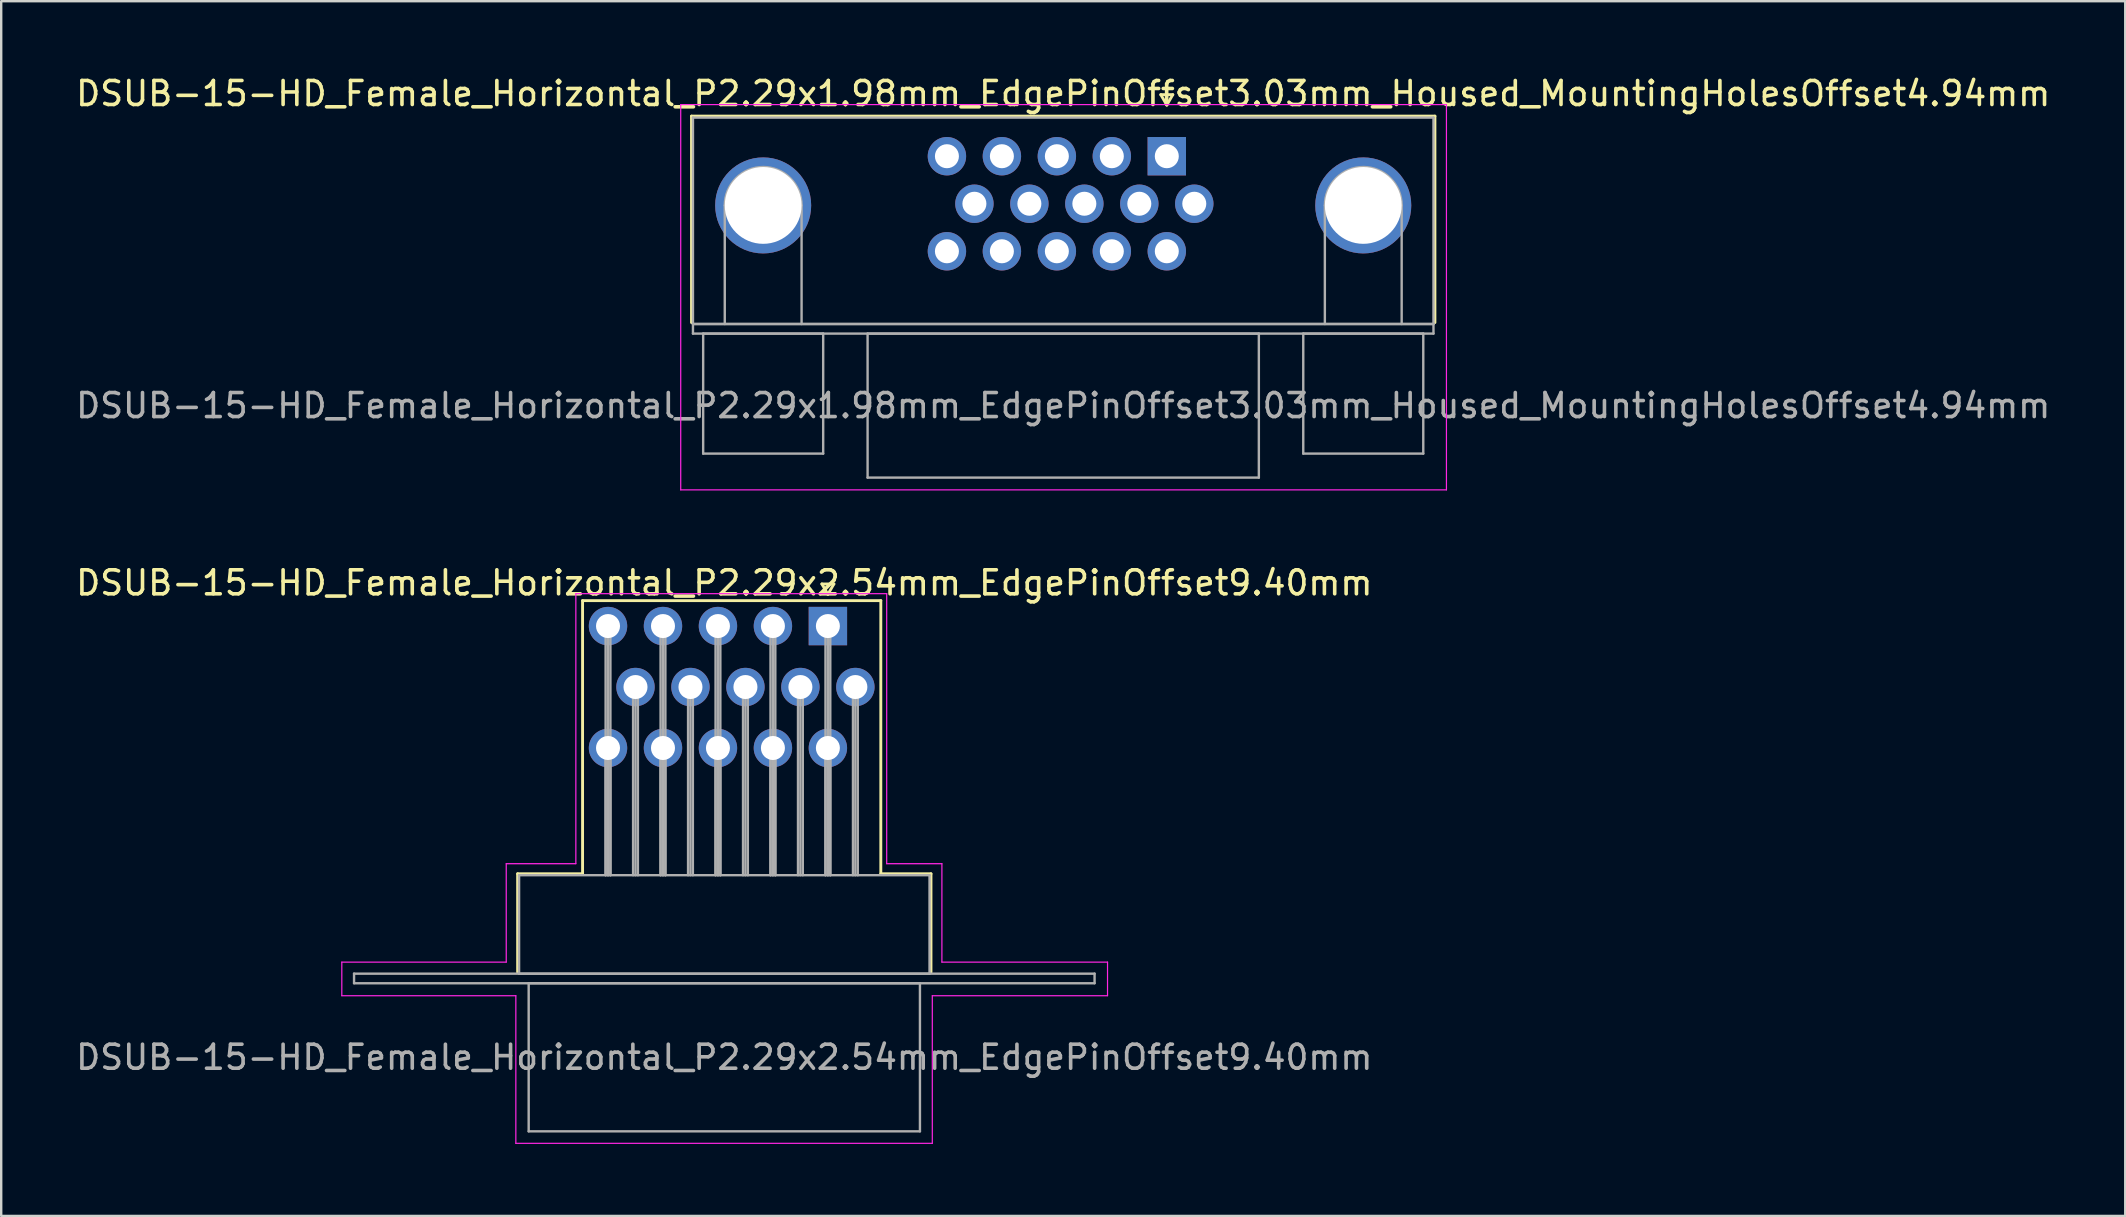
<source format=kicad_pcb>
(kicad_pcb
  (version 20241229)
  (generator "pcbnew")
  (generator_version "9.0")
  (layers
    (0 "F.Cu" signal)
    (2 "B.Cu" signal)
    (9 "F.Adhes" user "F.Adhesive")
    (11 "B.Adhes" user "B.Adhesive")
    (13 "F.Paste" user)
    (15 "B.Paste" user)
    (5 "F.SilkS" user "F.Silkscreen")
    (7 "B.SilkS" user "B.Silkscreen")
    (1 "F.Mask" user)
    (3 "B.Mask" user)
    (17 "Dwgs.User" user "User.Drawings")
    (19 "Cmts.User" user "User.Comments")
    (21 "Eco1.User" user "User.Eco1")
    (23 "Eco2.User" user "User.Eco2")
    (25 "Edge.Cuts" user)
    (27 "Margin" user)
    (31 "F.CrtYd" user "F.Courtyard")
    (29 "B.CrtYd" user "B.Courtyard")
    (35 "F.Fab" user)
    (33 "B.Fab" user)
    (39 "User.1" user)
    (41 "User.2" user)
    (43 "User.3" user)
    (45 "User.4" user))
  (footprint "DSUB-15-HD_Female_Horizontal_P2.29x1.98mm_EdgePinOffset3.03mm_Housed_MountingHolesOffset4.94mm"
    (layer "F.Cu")
    (at 45.559 3.458)
    (property "Reference" "DSUB-15-HD_Female_Horizontal_P2.29x1.98mm_EdgePinOffset3.03mm_Housed_MountingHolesOffset4.94mm" (at -4.315 -2.61 0) (layer "F.SilkS") (effects (font (size 1 1) (thickness 0.15))))
    (attr through_hole)
    (fp_line (start -19.8 -1.67) (end 11.17 -1.67) (stroke (width 0.12) (type solid)) (layer "F.SilkS"))
    (fp_line (start -19.8 6.93) (end -19.8 -1.67) (stroke (width 0.12) (type solid)) (layer "F.SilkS"))
    (fp_line (start -0.25 -2.564) (end 0.25 -2.564) (stroke (width 0.12) (type solid)) (layer "F.SilkS"))
    (fp_line (start 0 -2.131) (end -0.25 -2.564) (stroke (width 0.12) (type solid)) (layer "F.SilkS"))
    (fp_line (start 0.25 -2.564) (end 0 -2.131) (stroke (width 0.12) (type solid)) (layer "F.SilkS"))
    (fp_line (start 11.17 -1.67) (end 11.17 6.93) (stroke (width 0.12) (type solid)) (layer "F.SilkS"))
    (fp_line (start -20.25 -2.15) (end -20.25 13.9) (stroke (width 0.05) (type solid)) (layer "F.CrtYd"))
    (fp_line (start -20.25 13.9) (end 11.65 13.9) (stroke (width 0.05) (type solid)) (layer "F.CrtYd"))
    (fp_line (start 11.65 -2.15) (end -20.25 -2.15) (stroke (width 0.05) (type solid)) (layer "F.CrtYd"))
    (fp_line (start 11.65 13.9) (end 11.65 -2.15) (stroke (width 0.05) (type solid)) (layer "F.CrtYd"))
    (fp_line (start -19.74 -1.61) (end -19.74 6.99) (stroke (width 0.1) (type solid)) (layer "F.Fab"))
    (fp_line (start -19.74 6.99) (end -19.74 7.39) (stroke (width 0.1) (type solid)) (layer "F.Fab"))
    (fp_line (start -19.74 6.99) (end 11.11 6.99) (stroke (width 0.1) (type solid)) (layer "F.Fab"))
    (fp_line (start -19.74 7.39) (end 11.11 7.39) (stroke (width 0.1) (type solid)) (layer "F.Fab"))
    (fp_line (start -19.315 7.39) (end -19.315 12.39) (stroke (width 0.1) (type solid)) (layer "F.Fab"))
    (fp_line (start -19.315 12.39) (end -14.315 12.39) (stroke (width 0.1) (type solid)) (layer "F.Fab"))
    (fp_line (start -18.415 6.99) (end -18.415 2.05) (stroke (width 0.1) (type solid)) (layer "F.Fab"))
    (fp_line (start -15.215 6.99) (end -15.215 2.05) (stroke (width 0.1) (type solid)) (layer "F.Fab"))
    (fp_line (start -14.315 7.39) (end -19.315 7.39) (stroke (width 0.1) (type solid)) (layer "F.Fab"))
    (fp_line (start -14.315 12.39) (end -14.315 7.39) (stroke (width 0.1) (type solid)) (layer "F.Fab"))
    (fp_line (start -12.465 7.39) (end -12.465 13.39) (stroke (width 0.1) (type solid)) (layer "F.Fab"))
    (fp_line (start -12.465 13.39) (end 3.835 13.39) (stroke (width 0.1) (type solid)) (layer "F.Fab"))
    (fp_line (start 3.835 7.39) (end -12.465 7.39) (stroke (width 0.1) (type solid)) (layer "F.Fab"))
    (fp_line (start 3.835 13.39) (end 3.835 7.39) (stroke (width 0.1) (type solid)) (layer "F.Fab"))
    (fp_line (start 5.685 7.39) (end 5.685 12.39) (stroke (width 0.1) (type solid)) (layer "F.Fab"))
    (fp_line (start 5.685 12.39) (end 10.685 12.39) (stroke (width 0.1) (type solid)) (layer "F.Fab"))
    (fp_line (start 6.585 6.99) (end 6.585 2.05) (stroke (width 0.1) (type solid)) (layer "F.Fab"))
    (fp_line (start 9.785 6.99) (end 9.785 2.05) (stroke (width 0.1) (type solid)) (layer "F.Fab"))
    (fp_line (start 10.685 7.39) (end 5.685 7.39) (stroke (width 0.1) (type solid)) (layer "F.Fab"))
    (fp_line (start 10.685 12.39) (end 10.685 7.39) (stroke (width 0.1) (type solid)) (layer "F.Fab"))
    (fp_line (start 11.11 -1.61) (end -19.74 -1.61) (stroke (width 0.1) (type solid)) (layer "F.Fab"))
    (fp_line (start 11.11 6.99) (end -19.74 6.99) (stroke (width 0.1) (type solid)) (layer "F.Fab"))
    (fp_line (start 11.11 6.99) (end 11.11 -1.61) (stroke (width 0.1) (type solid)) (layer "F.Fab"))
    (fp_line (start 11.11 7.39) (end 11.11 6.99) (stroke (width 0.1) (type solid)) (layer "F.Fab"))
    (fp_arc (start -18.415 2.05) (mid -16.815 0.45) (end -15.215 2.05) (stroke (width 0.1) (type solid)) (layer "F.Fab"))
    (fp_arc (start 6.585 2.05) (mid 8.185 0.45) (end 9.785 2.05) (stroke (width 0.1) (type solid)) (layer "F.Fab"))
    (fp_text user "${REFERENCE}" (at -4.315 10.39 0) (layer "F.Fab") (effects (font (size 1 1) (thickness 0.15))))
    (pad "0" thru_hole circle (at -16.815 2.05) (size 4 4) (drill 3.2) (layers "*.Cu" "*.Mask"))
    (pad "0" thru_hole circle (at 8.185 2.05) (size 4 4) (drill 3.2) (layers "*.Cu" "*.Mask"))
    (pad "1" thru_hole rect (at 0 0) (size 1.6 1.6) (drill 1) (layers "*.Cu" "*.Mask"))
    (pad "2" thru_hole circle (at -2.29 0) (size 1.6 1.6) (drill 1) (layers "*.Cu" "*.Mask"))
    (pad "3" thru_hole circle (at -4.58 0) (size 1.6 1.6) (drill 1) (layers "*.Cu" "*.Mask"))
    (pad "4" thru_hole circle (at -6.87 0) (size 1.6 1.6) (drill 1) (layers "*.Cu" "*.Mask"))
    (pad "5" thru_hole circle (at -9.16 0) (size 1.6 1.6) (drill 1) (layers "*.Cu" "*.Mask"))
    (pad "6" thru_hole circle (at 1.145 1.98) (size 1.6 1.6) (drill 1) (layers "*.Cu" "*.Mask"))
    (pad "7" thru_hole circle (at -1.145 1.98) (size 1.6 1.6) (drill 1) (layers "*.Cu" "*.Mask"))
    (pad "8" thru_hole circle (at -3.435 1.98) (size 1.6 1.6) (drill 1) (layers "*.Cu" "*.Mask"))
    (pad "9" thru_hole circle (at -5.725 1.98) (size 1.6 1.6) (drill 1) (layers "*.Cu" "*.Mask"))
    (pad "10" thru_hole circle (at -8.015 1.98) (size 1.6 1.6) (drill 1) (layers "*.Cu" "*.Mask"))
    (pad "11" thru_hole circle (at 0 3.96) (size 1.6 1.6) (drill 1) (layers "*.Cu" "*.Mask"))
    (pad "12" thru_hole circle (at -2.29 3.96) (size 1.6 1.6) (drill 1) (layers "*.Cu" "*.Mask"))
    (pad "13" thru_hole circle (at -4.58 3.96) (size 1.6 1.6) (drill 1) (layers "*.Cu" "*.Mask"))
    (pad "14" thru_hole circle (at -6.87 3.96) (size 1.6 1.6) (drill 1) (layers "*.Cu" "*.Mask"))
    (pad "15" thru_hole circle (at -9.16 3.96) (size 1.6 1.6) (drill 1) (layers "*.Cu" "*.Mask")))
  (footprint "DSUB-15-HD_Female_Horizontal_P2.29x2.54mm_EdgePinOffset9.40mm"
    (layer "F.Cu")
    (at 31.44 23.032)
    (property "Reference" "DSUB-15-HD_Female_Horizontal_P2.29x2.54mm_EdgePinOffset9.40mm" (at -4.315 -1.8 0) (layer "F.SilkS") (effects (font (size 1 1) (thickness 0.15))))
    (attr through_hole)
    (fp_line (start -12.925 10.32) (end -10.22 10.32) (stroke (width 0.12) (type solid)) (layer "F.SilkS"))
    (fp_line (start -12.925 14.42) (end -12.925 10.32) (stroke (width 0.12) (type solid)) (layer "F.SilkS"))
    (fp_line (start -10.22 -1.06) (end 2.205 -1.06) (stroke (width 0.12) (type solid)) (layer "F.SilkS"))
    (fp_line (start -10.22 10.32) (end -10.22 -1.06) (stroke (width 0.12) (type solid)) (layer "F.SilkS"))
    (fp_line (start -0.25 -1.754) (end 0.25 -1.754) (stroke (width 0.12) (type solid)) (layer "F.SilkS"))
    (fp_line (start 0 -1.321) (end -0.25 -1.754) (stroke (width 0.12) (type solid)) (layer "F.SilkS"))
    (fp_line (start 0.25 -1.754) (end 0 -1.321) (stroke (width 0.12) (type solid)) (layer "F.SilkS"))
    (fp_line (start 2.205 -1.06) (end 2.205 10.32) (stroke (width 0.12) (type solid)) (layer "F.SilkS"))
    (fp_line (start 2.205 10.32) (end 4.295 10.32) (stroke (width 0.12) (type solid)) (layer "F.SilkS"))
    (fp_line (start 4.295 10.32) (end 4.295 14.42) (stroke (width 0.12) (type solid)) (layer "F.SilkS"))
    (fp_line (start -20.25 14) (end -13.4 14) (stroke (width 0.05) (type solid)) (layer "F.CrtYd"))
    (fp_line (start -20.25 15.4) (end -20.25 14) (stroke (width 0.05) (type solid)) (layer "F.CrtYd"))
    (fp_line (start -13.4 9.9) (end -10.5 9.9) (stroke (width 0.05) (type solid)) (layer "F.CrtYd"))
    (fp_line (start -13.4 14) (end -13.4 9.9) (stroke (width 0.05) (type solid)) (layer "F.CrtYd"))
    (fp_line (start -13 15.4) (end -20.25 15.4) (stroke (width 0.05) (type solid)) (layer "F.CrtYd"))
    (fp_line (start -13 21.55) (end -13 15.4) (stroke (width 0.05) (type solid)) (layer "F.CrtYd"))
    (fp_line (start -10.5 -1.35) (end 2.45 -1.35) (stroke (width 0.05) (type solid)) (layer "F.CrtYd"))
    (fp_line (start -10.5 9.9) (end -10.5 -1.35) (stroke (width 0.05) (type solid)) (layer "F.CrtYd"))
    (fp_line (start 2.45 -1.35) (end 2.45 9.9) (stroke (width 0.05) (type solid)) (layer "F.CrtYd"))
    (fp_line (start 2.45 9.9) (end 4.75 9.9) (stroke (width 0.05) (type solid)) (layer "F.CrtYd"))
    (fp_line (start 4.35 15.4) (end 4.35 21.55) (stroke (width 0.05) (type solid)) (layer "F.CrtYd"))
    (fp_line (start 4.35 21.55) (end -13 21.55) (stroke (width 0.05) (type solid)) (layer "F.CrtYd"))
    (fp_line (start 4.75 9.9) (end 4.75 14) (stroke (width 0.05) (type solid)) (layer "F.CrtYd"))
    (fp_line (start 4.75 14) (end 11.65 14) (stroke (width 0.05) (type solid)) (layer "F.CrtYd"))
    (fp_line (start 11.65 14) (end 11.65 15.4) (stroke (width 0.05) (type solid)) (layer "F.CrtYd"))
    (fp_line (start 11.65 15.4) (end 4.35 15.4) (stroke (width 0.05) (type solid)) (layer "F.CrtYd"))
    (fp_line (start -19.74 14.48) (end -19.74 14.88) (stroke (width 0.1) (type solid)) (layer "F.Fab"))
    (fp_line (start -19.74 14.88) (end 11.11 14.88) (stroke (width 0.1) (type solid)) (layer "F.Fab"))
    (fp_line (start -12.865 10.38) (end -12.865 14.48) (stroke (width 0.1) (type solid)) (layer "F.Fab"))
    (fp_line (start -12.865 14.48) (end 4.235 14.48) (stroke (width 0.1) (type solid)) (layer "F.Fab"))
    (fp_line (start -12.465 14.88) (end -12.465 21.05) (stroke (width 0.1) (type solid)) (layer "F.Fab"))
    (fp_line (start -12.465 21.05) (end 3.835 21.05) (stroke (width 0.1) (type solid)) (layer "F.Fab"))
    (fp_line (start -9.26 0) (end -9.26 10.38) (stroke (width 0.1) (type solid)) (layer "F.Fab"))
    (fp_line (start -9.26 5.08) (end -9.26 10.38) (stroke (width 0.1) (type solid)) (layer "F.Fab"))
    (fp_line (start -9.16 0) (end -9.16 10.38) (stroke (width 0.1) (type solid)) (layer "F.Fab"))
    (fp_line (start -9.16 5.08) (end -9.16 10.38) (stroke (width 0.1) (type solid)) (layer "F.Fab"))
    (fp_line (start -9.06 0) (end -9.06 10.38) (stroke (width 0.1) (type solid)) (layer "F.Fab"))
    (fp_line (start -9.06 5.08) (end -9.06 10.38) (stroke (width 0.1) (type solid)) (layer "F.Fab"))
    (fp_line (start -8.115 2.54) (end -8.115 10.38) (stroke (width 0.1) (type solid)) (layer "F.Fab"))
    (fp_line (start -8.015 2.54) (end -8.015 10.38) (stroke (width 0.1) (type solid)) (layer "F.Fab"))
    (fp_line (start -7.915 2.54) (end -7.915 10.38) (stroke (width 0.1) (type solid)) (layer "F.Fab"))
    (fp_line (start -6.97 0) (end -6.97 10.38) (stroke (width 0.1) (type solid)) (layer "F.Fab"))
    (fp_line (start -6.97 5.08) (end -6.97 10.38) (stroke (width 0.1) (type solid)) (layer "F.Fab"))
    (fp_line (start -6.87 0) (end -6.87 10.38) (stroke (width 0.1) (type solid)) (layer "F.Fab"))
    (fp_line (start -6.87 5.08) (end -6.87 10.38) (stroke (width 0.1) (type solid)) (layer "F.Fab"))
    (fp_line (start -6.77 0) (end -6.77 10.38) (stroke (width 0.1) (type solid)) (layer "F.Fab"))
    (fp_line (start -6.77 5.08) (end -6.77 10.38) (stroke (width 0.1) (type solid)) (layer "F.Fab"))
    (fp_line (start -5.825 2.54) (end -5.825 10.38) (stroke (width 0.1) (type solid)) (layer "F.Fab"))
    (fp_line (start -5.725 2.54) (end -5.725 10.38) (stroke (width 0.1) (type solid)) (layer "F.Fab"))
    (fp_line (start -5.625 2.54) (end -5.625 10.38) (stroke (width 0.1) (type solid)) (layer "F.Fab"))
    (fp_line (start -4.68 0) (end -4.68 10.38) (stroke (width 0.1) (type solid)) (layer "F.Fab"))
    (fp_line (start -4.68 5.08) (end -4.68 10.38) (stroke (width 0.1) (type solid)) (layer "F.Fab"))
    (fp_line (start -4.58 0) (end -4.58 10.38) (stroke (width 0.1) (type solid)) (layer "F.Fab"))
    (fp_line (start -4.58 5.08) (end -4.58 10.38) (stroke (width 0.1) (type solid)) (layer "F.Fab"))
    (fp_line (start -4.48 0) (end -4.48 10.38) (stroke (width 0.1) (type solid)) (layer "F.Fab"))
    (fp_line (start -4.48 5.08) (end -4.48 10.38) (stroke (width 0.1) (type solid)) (layer "F.Fab"))
    (fp_line (start -3.535 2.54) (end -3.535 10.38) (stroke (width 0.1) (type solid)) (layer "F.Fab"))
    (fp_line (start -3.435 2.54) (end -3.435 10.38) (stroke (width 0.1) (type solid)) (layer "F.Fab"))
    (fp_line (start -3.335 2.54) (end -3.335 10.38) (stroke (width 0.1) (type solid)) (layer "F.Fab"))
    (fp_line (start -2.39 0) (end -2.39 10.38) (stroke (width 0.1) (type solid)) (layer "F.Fab"))
    (fp_line (start -2.39 5.08) (end -2.39 10.38) (stroke (width 0.1) (type solid)) (layer "F.Fab"))
    (fp_line (start -2.29 0) (end -2.29 10.38) (stroke (width 0.1) (type solid)) (layer "F.Fab"))
    (fp_line (start -2.29 5.08) (end -2.29 10.38) (stroke (width 0.1) (type solid)) (layer "F.Fab"))
    (fp_line (start -2.19 0) (end -2.19 10.38) (stroke (width 0.1) (type solid)) (layer "F.Fab"))
    (fp_line (start -2.19 5.08) (end -2.19 10.38) (stroke (width 0.1) (type solid)) (layer "F.Fab"))
    (fp_line (start -1.245 2.54) (end -1.245 10.38) (stroke (width 0.1) (type solid)) (layer "F.Fab"))
    (fp_line (start -1.145 2.54) (end -1.145 10.38) (stroke (width 0.1) (type solid)) (layer "F.Fab"))
    (fp_line (start -1.045 2.54) (end -1.045 10.38) (stroke (width 0.1) (type solid)) (layer "F.Fab"))
    (fp_line (start -0.1 0) (end -0.1 10.38) (stroke (width 0.1) (type solid)) (layer "F.Fab"))
    (fp_line (start -0.1 5.08) (end -0.1 10.38) (stroke (width 0.1) (type solid)) (layer "F.Fab"))
    (fp_line (start 0 0) (end 0 10.38) (stroke (width 0.1) (type solid)) (layer "F.Fab"))
    (fp_line (start 0 5.08) (end 0 10.38) (stroke (width 0.1) (type solid)) (layer "F.Fab"))
    (fp_line (start 0.1 0) (end 0.1 10.38) (stroke (width 0.1) (type solid)) (layer "F.Fab"))
    (fp_line (start 0.1 5.08) (end 0.1 10.38) (stroke (width 0.1) (type solid)) (layer "F.Fab"))
    (fp_line (start 1.045 2.54) (end 1.045 10.38) (stroke (width 0.1) (type solid)) (layer "F.Fab"))
    (fp_line (start 1.145 2.54) (end 1.145 10.38) (stroke (width 0.1) (type solid)) (layer "F.Fab"))
    (fp_line (start 1.245 2.54) (end 1.245 10.38) (stroke (width 0.1) (type solid)) (layer "F.Fab"))
    (fp_line (start 3.835 14.88) (end -12.465 14.88) (stroke (width 0.1) (type solid)) (layer "F.Fab"))
    (fp_line (start 3.835 21.05) (end 3.835 14.88) (stroke (width 0.1) (type solid)) (layer "F.Fab"))
    (fp_line (start 4.235 10.38) (end -12.865 10.38) (stroke (width 0.1) (type solid)) (layer "F.Fab"))
    (fp_line (start 4.235 14.48) (end 4.235 10.38) (stroke (width 0.1) (type solid)) (layer "F.Fab"))
    (fp_line (start 11.11 14.48) (end -19.74 14.48) (stroke (width 0.1) (type solid)) (layer "F.Fab"))
    (fp_line (start 11.11 14.88) (end 11.11 14.48) (stroke (width 0.1) (type solid)) (layer "F.Fab"))
    (fp_text user "${REFERENCE}" (at -4.315 17.965 0) (layer "F.Fab") (effects (font (size 1 1) (thickness 0.15))))
    (pad "1" thru_hole rect (at 0 0) (size 1.6 1.6) (drill 1) (layers "*.Cu" "*.Mask"))
    (pad "2" thru_hole circle (at -2.29 0) (size 1.6 1.6) (drill 1) (layers "*.Cu" "*.Mask"))
    (pad "3" thru_hole circle (at -4.58 0) (size 1.6 1.6) (drill 1) (layers "*.Cu" "*.Mask"))
    (pad "4" thru_hole circle (at -6.87 0) (size 1.6 1.6) (drill 1) (layers "*.Cu" "*.Mask"))
    (pad "5" thru_hole circle (at -9.16 0) (size 1.6 1.6) (drill 1) (layers "*.Cu" "*.Mask"))
    (pad "6" thru_hole circle (at 1.145 2.54) (size 1.6 1.6) (drill 1) (layers "*.Cu" "*.Mask"))
    (pad "7" thru_hole circle (at -1.145 2.54) (size 1.6 1.6) (drill 1) (layers "*.Cu" "*.Mask"))
    (pad "8" thru_hole circle (at -3.435 2.54) (size 1.6 1.6) (drill 1) (layers "*.Cu" "*.Mask"))
    (pad "9" thru_hole circle (at -5.725 2.54) (size 1.6 1.6) (drill 1) (layers "*.Cu" "*.Mask"))
    (pad "10" thru_hole circle (at -8.015 2.54) (size 1.6 1.6) (drill 1) (layers "*.Cu" "*.Mask"))
    (pad "11" thru_hole circle (at 0 5.08) (size 1.6 1.6) (drill 1) (layers "*.Cu" "*.Mask"))
    (pad "12" thru_hole circle (at -2.29 5.08) (size 1.6 1.6) (drill 1) (layers "*.Cu" "*.Mask"))
    (pad "13" thru_hole circle (at -4.58 5.08) (size 1.6 1.6) (drill 1) (layers "*.Cu" "*.Mask"))
    (pad "14" thru_hole circle (at -6.87 5.08) (size 1.6 1.6) (drill 1) (layers "*.Cu" "*.Mask"))
    (pad "15" thru_hole circle (at -9.16 5.08) (size 1.6 1.6) (drill 1) (layers "*.Cu" "*.Mask")))
  (gr_rect
    (start -3 -3)
    (end 85.488 47.606)
    (stroke (width 0.1) (type default))
    (fill no)
    (layer "Edge.Cuts")))
</source>
